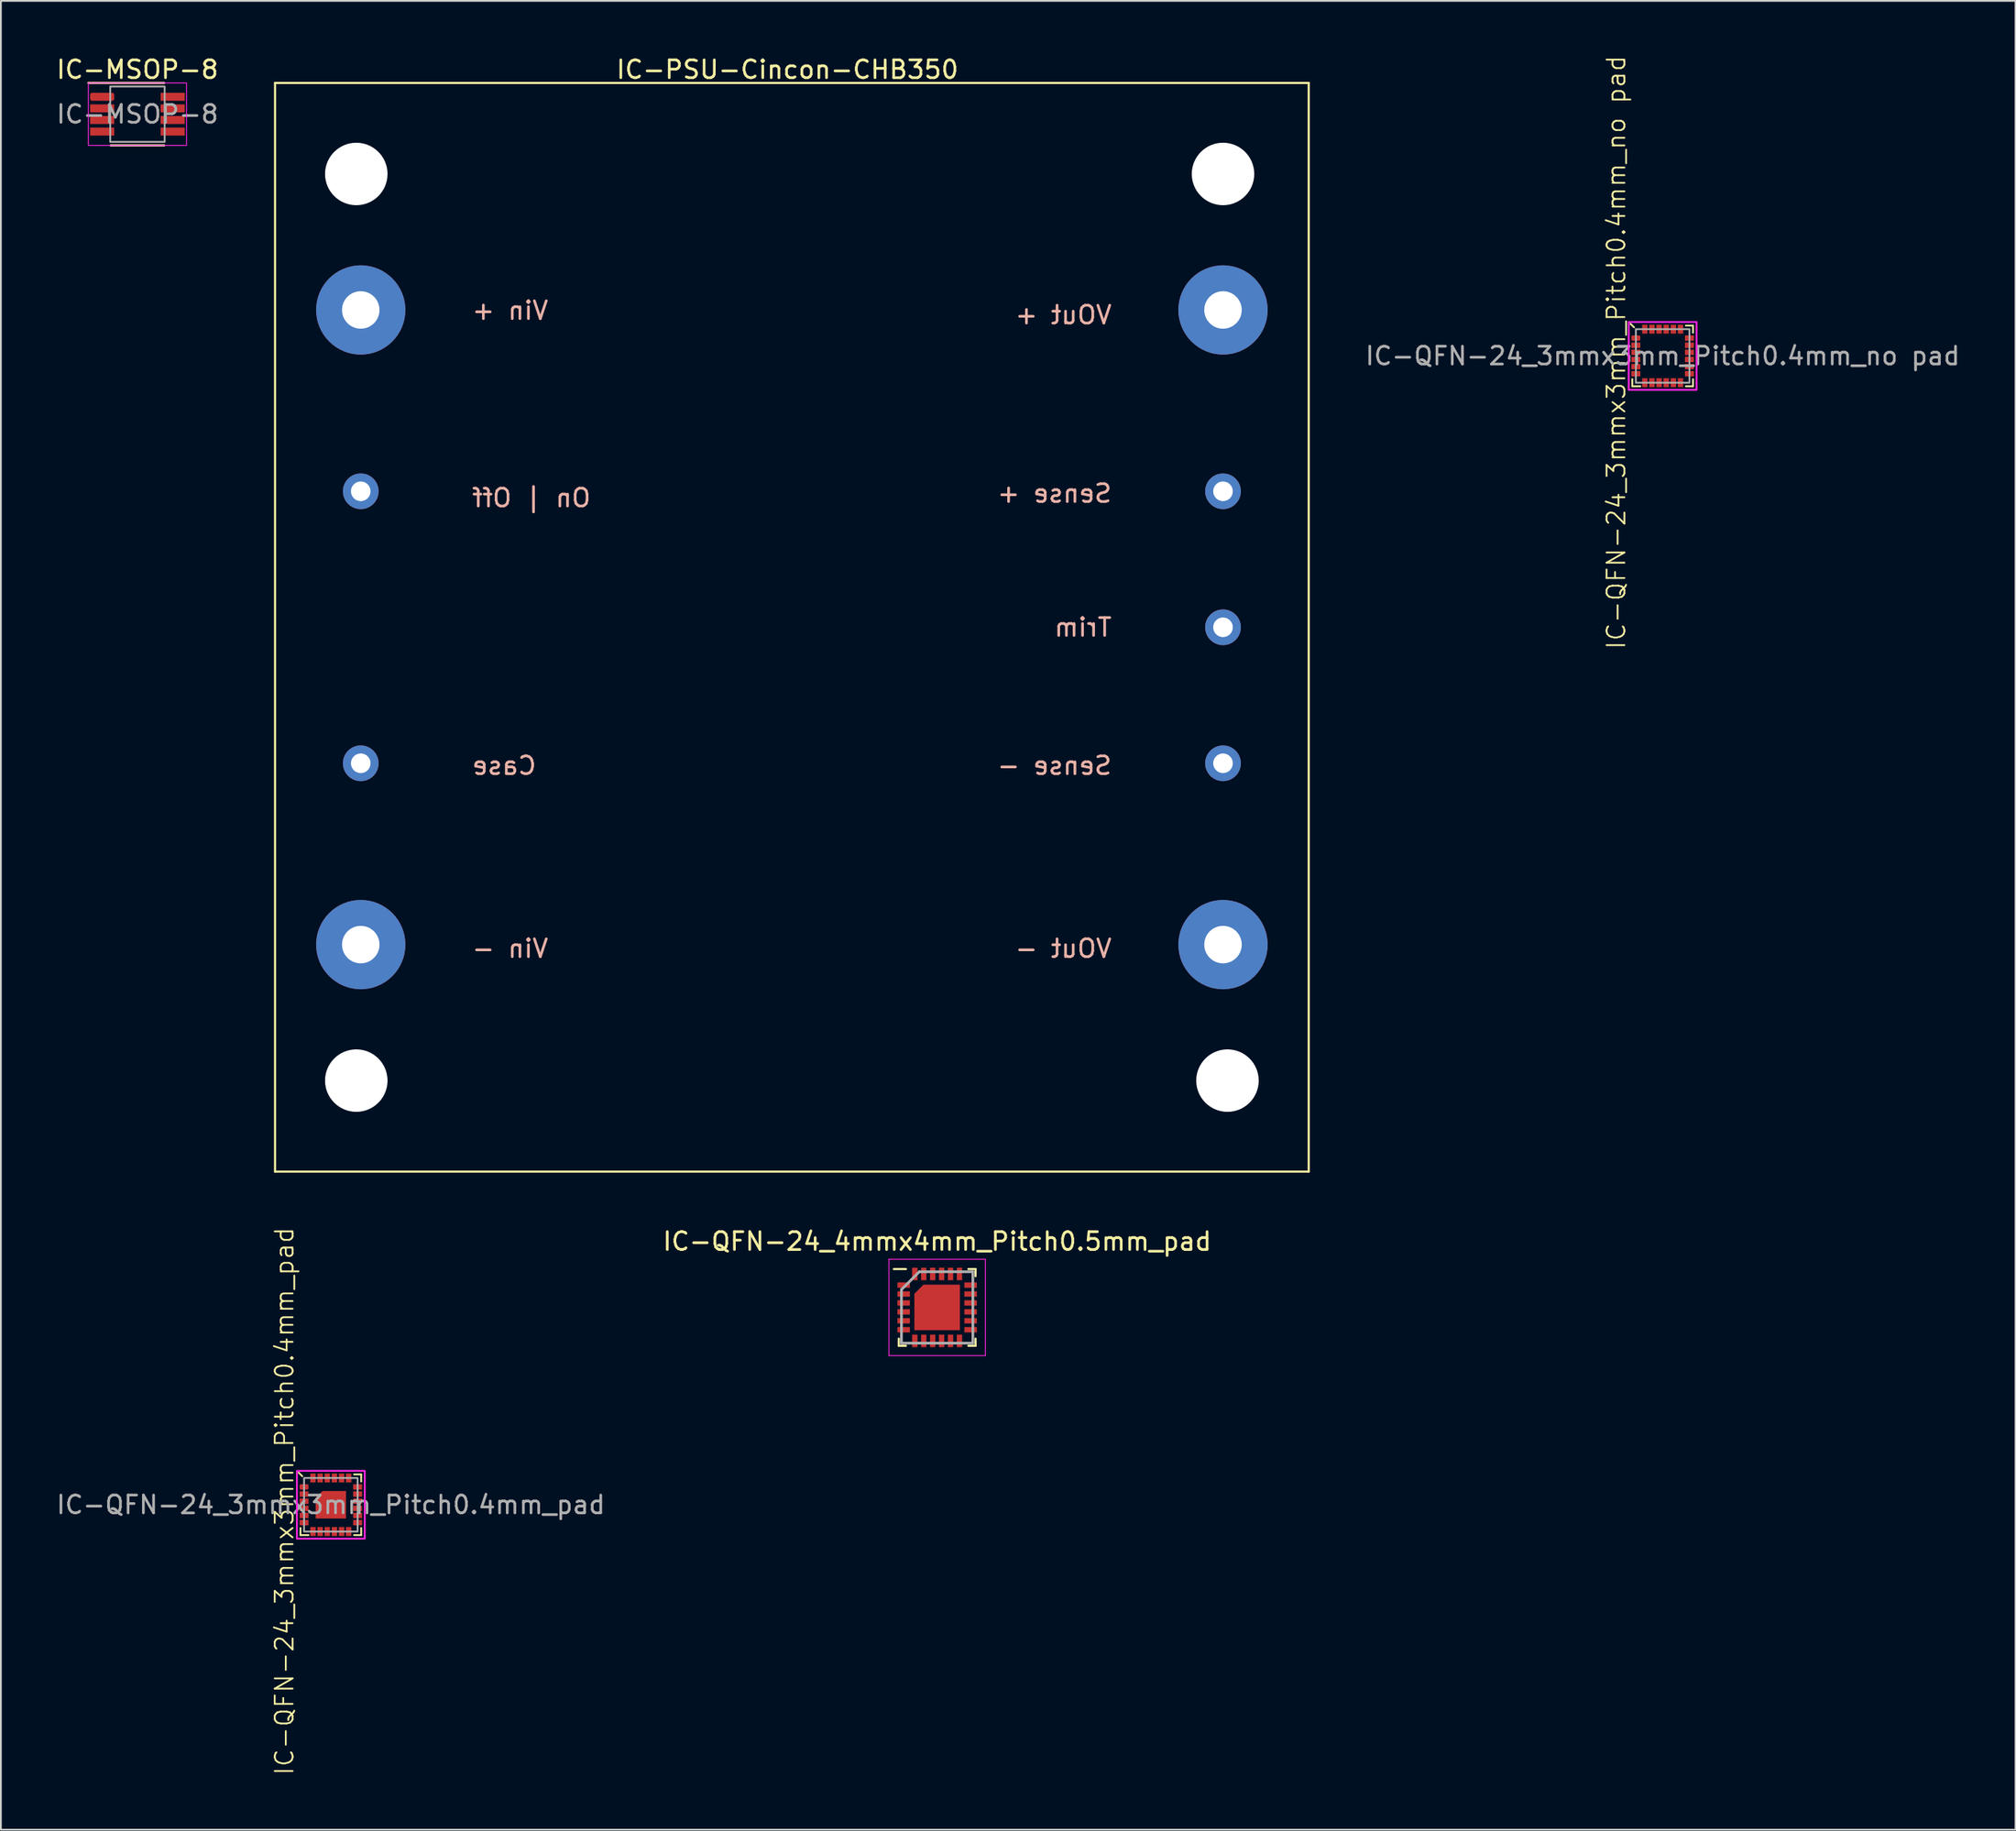
<source format=kicad_pcb>
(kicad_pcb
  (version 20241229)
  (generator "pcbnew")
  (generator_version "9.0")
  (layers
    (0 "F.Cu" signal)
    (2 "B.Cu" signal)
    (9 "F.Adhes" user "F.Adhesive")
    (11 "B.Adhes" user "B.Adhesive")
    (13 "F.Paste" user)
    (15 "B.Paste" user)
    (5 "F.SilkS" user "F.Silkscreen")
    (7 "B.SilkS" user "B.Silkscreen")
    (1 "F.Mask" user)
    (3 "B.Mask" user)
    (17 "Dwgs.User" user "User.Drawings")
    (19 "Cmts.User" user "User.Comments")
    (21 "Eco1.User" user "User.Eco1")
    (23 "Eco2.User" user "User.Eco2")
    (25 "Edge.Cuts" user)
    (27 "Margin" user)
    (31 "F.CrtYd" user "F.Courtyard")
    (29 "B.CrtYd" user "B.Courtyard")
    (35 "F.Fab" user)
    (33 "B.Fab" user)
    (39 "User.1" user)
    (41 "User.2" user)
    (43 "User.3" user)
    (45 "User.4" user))
  (footprint "IC-MSOP-8"
    (layer "F.Cu")
    (at 4.649 3.348)
    (property "Reference" "IC-MSOP-8" (at 0 -2.5 0) (unlocked yes) (layer "F.SilkS") (effects (font (size 1 1) (thickness 0.15))))
    (attr smd)
    (fp_line (start 1.5 -1.75) (end -2.75 -1.75) (stroke (width 0.12) (type solid)) (layer "F.SilkS"))
    (fp_line (start 1.5 1.75) (end -1.5 1.75) (stroke (width 0.12) (type solid)) (layer "F.SilkS"))
    (fp_rect (start -2.75 -1.75) (end 2.75 1.75) (stroke (width 0.05) (type solid)) (fill no) (layer "F.CrtYd"))
    (fp_rect (start -1.525 -1.55) (end 1.525 1.55) (stroke (width 0.1) (type solid)) (fill no) (layer "F.Fab"))
    (fp_text user "${REFERENCE}" (at 0 0 0) (unlocked yes) (layer "F.Fab") (effects (font (size 1 1) (thickness 0.15))))
    (pad "1" smd roundrect (at -1.975 -0.975) (size 1.35 0.45) (layers "F.Cu" "F.Mask" "F.Paste") (roundrect_rratio 0.25))
    (pad "2" smd rect (at -1.975 -0.325) (size 1.35 0.45) (layers "F.Cu" "F.Mask" "F.Paste"))
    (pad "3" smd rect (at -1.975 0.325) (size 1.35 0.45) (layers "F.Cu" "F.Mask" "F.Paste"))
    (pad "4" smd rect (at -1.975 0.975) (size 1.35 0.45) (layers "F.Cu" "F.Mask" "F.Paste"))
    (pad "5" smd rect (at 1.975 0.975) (size 1.35 0.45) (layers "F.Cu" "F.Mask" "F.Paste"))
    (pad "6" smd rect (at 1.975 0.325) (size 1.35 0.45) (layers "F.Cu" "F.Mask" "F.Paste"))
    (pad "7" smd rect (at 1.975 -0.325) (size 1.35 0.45) (layers "F.Cu" "F.Mask" "F.Paste"))
    (pad "8" smd rect (at 1.975 -0.975) (size 1.35 0.45) (layers "F.Cu" "F.Mask" "F.Paste")))
  (footprint "IC-QFN-24_3mmx3mm_Pitch0.4mm_pad"
    (layer "F.Cu")
    (at 15.482 81.265)
    (property "Reference" "IC-QFN-24_3mmx3mm_Pitch0.4mm_pad" (at -2.6 -0.2 90) (unlocked yes) (layer "F.SilkS") (effects (font (size 1 1) (thickness 0.1))))
    (attr smd)
    (fp_line (start -1.7 1.7) (end -1.7 1.3) (stroke (width 0.1) (type default)) (layer "F.SilkS"))
    (fp_line (start -1.6 -1.6) (end -1.8 -1.8) (stroke (width 0.1) (type default)) (layer "F.SilkS"))
    (fp_line (start -1.25 1.7) (end -1.7 1.7) (stroke (width 0.1) (type default)) (layer "F.SilkS"))
    (fp_line (start 1.3 -1.7) (end 1.7 -1.7) (stroke (width 0.1) (type default)) (layer "F.SilkS"))
    (fp_line (start 1.7 -1.7) (end 1.7 -1.3) (stroke (width 0.1) (type default)) (layer "F.SilkS"))
    (fp_line (start 1.7 1.3) (end 1.7 1.7) (stroke (width 0.1) (type default)) (layer "F.SilkS"))
    (fp_line (start 1.7 1.7) (end 1.3 1.7) (stroke (width 0.1) (type default)) (layer "F.SilkS"))
    (fp_rect (start -1.9 -1.9) (end 1.9 1.9) (stroke (width 0.1) (type solid)) (fill no) (layer "F.CrtYd"))
    (fp_rect (start -1.5 -1.5) (end 1.5 1.5) (stroke (width 0.1) (type default)) (fill no) (layer "F.Fab"))
    (fp_text user "${REFERENCE}" (at 0 0 0) (unlocked yes) (layer "F.Fab") (effects (font (size 1 1) (thickness 0.15))))
    (pad "1" smd roundrect (at -1.5 -1 90) (size 0.3 0.5) (layers "F.Cu" "F.Mask" "F.Paste") (roundrect_rratio 0.25))
    (pad "2" smd rect (at -1.5 -0.6 90) (size 0.3 0.5) (layers "F.Cu" "F.Mask" "F.Paste"))
    (pad "3" smd rect (at -1.5 -0.2 90) (size 0.3 0.5) (layers "F.Cu" "F.Mask" "F.Paste"))
    (pad "4" smd rect (at -1.5 0.2 90) (size 0.3 0.5) (layers "F.Cu" "F.Mask" "F.Paste"))
    (pad "5" smd rect (at -1.5 0.6 90) (size 0.3 0.5) (layers "F.Cu" "F.Mask" "F.Paste"))
    (pad "6" smd rect (at -1.5 1 90) (size 0.3 0.5) (layers "F.Cu" "F.Mask" "F.Paste"))
    (pad "7" smd rect (at -1 1.5) (size 0.3 0.5) (layers "F.Cu" "F.Mask" "F.Paste"))
    (pad "8" smd rect (at -0.6 1.5) (size 0.3 0.5) (layers "F.Cu" "F.Mask" "F.Paste"))
    (pad "9" smd rect (at -0.2 1.5) (size 0.3 0.5) (layers "F.Cu" "F.Mask" "F.Paste"))
    (pad "10" smd rect (at 0.2 1.5) (size 0.3 0.5) (layers "F.Cu" "F.Mask" "F.Paste"))
    (pad "11" smd rect (at 0.6 1.5) (size 0.3 0.5) (layers "F.Cu" "F.Mask" "F.Paste"))
    (pad "12" smd rect (at 1 1.5) (size 0.3 0.5) (layers "F.Cu" "F.Mask" "F.Paste"))
    (pad "13" smd rect (at 1.5 1 270) (size 0.3 0.5) (layers "F.Cu" "F.Mask" "F.Paste"))
    (pad "14" smd rect (at 1.5 0.6 270) (size 0.3 0.5) (layers "F.Cu" "F.Mask" "F.Paste"))
    (pad "15" smd rect (at 1.5 0.2 270) (size 0.3 0.5) (layers "F.Cu" "F.Mask" "F.Paste"))
    (pad "16" smd rect (at 1.5 -0.2 270) (size 0.3 0.5) (layers "F.Cu" "F.Mask" "F.Paste"))
    (pad "17" smd rect (at 1.5 -0.6 270) (size 0.3 0.5) (layers "F.Cu" "F.Mask" "F.Paste"))
    (pad "18" smd rect (at 1.5 -1 270) (size 0.3 0.5) (layers "F.Cu" "F.Mask" "F.Paste"))
    (pad "19" smd rect (at 1 -1.5) (size 0.3 0.5) (layers "F.Cu" "F.Mask" "F.Paste"))
    (pad "20" smd rect (at 0.6 -1.5) (size 0.3 0.5) (layers "F.Cu" "F.Mask" "F.Paste"))
    (pad "21" smd rect (at 0.2 -1.5) (size 0.3 0.5) (layers "F.Cu" "F.Mask" "F.Paste"))
    (pad "22" smd rect (at -0.2 -1.5) (size 0.3 0.5) (layers "F.Cu" "F.Mask" "F.Paste"))
    (pad "23" smd rect (at -0.6 -1.5) (size 0.3 0.5) (layers "F.Cu" "F.Mask" "F.Paste"))
    (pad "24" smd rect (at -1 -1.5) (size 0.3 0.5) (layers "F.Cu" "F.Mask" "F.Paste"))
    (pad "EPAD" smd roundrect (at 0 0) (size 1.7 1.54) (layers "F.Cu" "F.Mask" "F.Paste") (roundrect_rratio 0) (chamfer_ratio 0.25) (chamfer top_left)))
  (footprint "IC-QFN-24_4mmx4mm_Pitch0.5mm_pad"
    (layer "F.Cu")
    (at 49.446 70.207)
    (property "Reference" "IC-QFN-24_4mmx4mm_Pitch0.5mm_pad" (at 0 -3.7 0) (layer "F.SilkS") (effects (font (size 1 1) (thickness 0.15))))
    (attr through_hole)
    (fp_line (start -2.15 2.15) (end -2.15 1.75) (stroke (width 0.12) (type solid)) (layer "F.SilkS"))
    (fp_line (start -1.75 -2.15) (end -2.425 -2.15) (stroke (width 0.12) (type solid)) (layer "F.SilkS"))
    (fp_line (start -1.75 2.15) (end -2.15 2.15) (stroke (width 0.12) (type solid)) (layer "F.SilkS"))
    (fp_line (start 1.75 -2.15) (end 2.15 -2.15) (stroke (width 0.12) (type solid)) (layer "F.SilkS"))
    (fp_line (start 1.75 2.15) (end 2.15 2.15) (stroke (width 0.12) (type solid)) (layer "F.SilkS"))
    (fp_line (start 2.15 -2.15) (end 2.15 -1.75) (stroke (width 0.12) (type solid)) (layer "F.SilkS"))
    (fp_line (start 2.15 2.15) (end 2.15 1.75) (stroke (width 0.12) (type solid)) (layer "F.SilkS"))
    (fp_line (start -2.7 -2.7) (end 2.7 -2.7) (stroke (width 0.05) (type solid)) (layer "F.CrtYd"))
    (fp_line (start -2.7 2.7) (end -2.7 -2.7) (stroke (width 0.05) (type solid)) (layer "F.CrtYd"))
    (fp_line (start 2.7 -2.7) (end 2.7 2.7) (stroke (width 0.05) (type solid)) (layer "F.CrtYd"))
    (fp_line (start 2.7 2.7) (end -2.7 2.7) (stroke (width 0.05) (type solid)) (layer "F.CrtYd"))
    (fp_line (start -2 -1) (end -2 2) (stroke (width 0.15) (type solid)) (layer "F.Fab"))
    (fp_line (start -2 2) (end 2 2) (stroke (width 0.15) (type solid)) (layer "F.Fab"))
    (fp_line (start -1 -2) (end -2 -1) (stroke (width 0.15) (type solid)) (layer "F.Fab"))
    (fp_line (start 2 -2) (end -1 -2) (stroke (width 0.15) (type solid)) (layer "F.Fab"))
    (fp_line (start 2 2) (end 2 -2) (stroke (width 0.15) (type solid)) (layer "F.Fab"))
    (pad "1" smd rect (at -1.875 -1.25 90) (size 0.3 0.7) (layers "F.Cu" "F.Mask" "F.Paste"))
    (pad "2" smd rect (at -1.875 -0.75 90) (size 0.3 0.7) (layers "F.Cu" "F.Mask" "F.Paste"))
    (pad "3" smd rect (at -1.875 -0.25 90) (size 0.3 0.7) (layers "F.Cu" "F.Mask" "F.Paste"))
    (pad "4" smd rect (at -1.875 0.25 90) (size 0.3 0.7) (layers "F.Cu" "F.Mask" "F.Paste"))
    (pad "5" smd rect (at -1.875 0.75 90) (size 0.3 0.7) (layers "F.Cu" "F.Mask" "F.Paste"))
    (pad "6" smd rect (at -1.875 1.25 90) (size 0.3 0.7) (layers "F.Cu" "F.Mask" "F.Paste"))
    (pad "7" smd rect (at -1.25 1.875) (size 0.3 0.7) (layers "F.Cu" "F.Mask" "F.Paste"))
    (pad "8" smd rect (at -0.75 1.875) (size 0.3 0.7) (layers "F.Cu" "F.Mask" "F.Paste"))
    (pad "9" smd rect (at -0.25 1.875) (size 0.3 0.7) (layers "F.Cu" "F.Mask" "F.Paste"))
    (pad "10" smd rect (at 0.25 1.875) (size 0.3 0.7) (layers "F.Cu" "F.Mask" "F.Paste"))
    (pad "11" smd rect (at 0.75 1.875) (size 0.3 0.7) (layers "F.Cu" "F.Mask" "F.Paste"))
    (pad "12" smd rect (at 1.25 1.875) (size 0.3 0.7) (layers "F.Cu" "F.Mask" "F.Paste"))
    (pad "13" smd rect (at 1.875 1.25 90) (size 0.3 0.7) (layers "F.Cu" "F.Mask" "F.Paste"))
    (pad "14" smd rect (at 1.875 0.75 90) (size 0.3 0.7) (layers "F.Cu" "F.Mask" "F.Paste"))
    (pad "15" smd rect (at 1.875 0.25 90) (size 0.3 0.7) (layers "F.Cu" "F.Mask" "F.Paste"))
    (pad "16" smd rect (at 1.875 -0.25 90) (size 0.3 0.7) (layers "F.Cu" "F.Mask" "F.Paste"))
    (pad "17" smd rect (at 1.875 -0.75 90) (size 0.3 0.7) (layers "F.Cu" "F.Mask" "F.Paste"))
    (pad "18" smd rect (at 1.875 -1.25 90) (size 0.3 0.7) (layers "F.Cu" "F.Mask" "F.Paste"))
    (pad "19" smd rect (at 1.25 -1.875) (size 0.3 0.7) (layers "F.Cu" "F.Mask" "F.Paste"))
    (pad "20" smd rect (at 0.75 -1.875) (size 0.3 0.7) (layers "F.Cu" "F.Mask" "F.Paste"))
    (pad "21" smd rect (at 0.25 -1.875) (size 0.3 0.7) (layers "F.Cu" "F.Mask" "F.Paste"))
    (pad "22" smd rect (at -0.25 -1.875) (size 0.3 0.7) (layers "F.Cu" "F.Mask" "F.Paste"))
    (pad "23" smd rect (at -0.75 -1.875) (size 0.3 0.7) (layers "F.Cu" "F.Mask" "F.Paste"))
    (pad "24" smd rect (at -1.25 -1.875) (size 0.3 0.7) (layers "F.Cu" "F.Mask" "F.Paste"))
    (pad "PAD" smd roundrect (at 0 0) (size 2.55 2.55) (layers "F.Cu" "F.Mask" "F.Paste") (roundrect_rratio 0) (chamfer_ratio 0.2) (chamfer top_left)))
  (footprint "IC-PSU-Cincon-CHB350"
    (layer "F.Cu")
    (at 41.308 32.098)
    (property "Reference" "IC-PSU-Cincon-CHB350" (at -0.25 -31.25 0) (layer "F.SilkS") (effects (font (size 1 1) (thickness 0.15))))
    (attr through_hole)
    (fp_line (start -28.95 -30.5) (end 28.95 -30.5) (stroke (width 0.12) (type solid)) (layer "F.SilkS"))
    (fp_line (start -28.95 30.5) (end -28.95 -30.5) (stroke (width 0.12) (type solid)) (layer "F.SilkS"))
    (fp_line (start 28.95 -30.5) (end 28.95 30.5) (stroke (width 0.12) (type solid)) (layer "F.SilkS"))
    (fp_line (start 28.95 30.5) (end -28.95 30.5) (stroke (width 0.12) (type solid)) (layer "F.SilkS"))
    (fp_text user "Sense -" (at 18 7.75 0) (layer "B.SilkS") (effects (font (size 1 1) (thickness 0.15)) (justify left mirror)))
    (fp_text user "Sense +" (at 18 -7.5 0) (layer "B.SilkS") (effects (font (size 1 1) (thickness 0.15)) (justify left mirror)))
    (fp_text user "On | Off" (at -18 -7.25 0) (layer "B.SilkS") (effects (font (size 1 1) (thickness 0.15)) (justify right mirror)))
    (fp_text user "Case" (at -18 7.75 0) (layer "B.SilkS") (effects (font (size 1 1) (thickness 0.15)) (justify right mirror)))
    (fp_text user "VOut -" (at 18 18 0) (layer "B.SilkS") (effects (font (size 1 1) (thickness 0.15)) (justify left mirror)))
    (fp_text user "Vin -" (at -18 18 0) (layer "B.SilkS") (effects (font (size 1 1) (thickness 0.15)) (justify right mirror)))
    (fp_text user "VOut +" (at 18 -17.5 0) (layer "B.SilkS") (effects (font (size 1 1) (thickness 0.15)) (justify left mirror)))
    (fp_text user "Vin +" (at -18 -17.75 0) (layer "B.SilkS") (effects (font (size 1 1) (thickness 0.15)) (justify right mirror)))
    (fp_text user "Trim" (at 18 0 0) (layer "B.SilkS") (effects (font (size 1 1) (thickness 0.15)) (justify left mirror)))
    (pad "" np_thru_hole circle (at -24.4 -25.4) (size 3.5 3.5) (drill 3.5) (layers "*.Cu" "*.Mask"))
    (pad "" np_thru_hole circle (at -24.4 25.4) (size 3.5 3.5) (drill 3.5) (layers "*.Cu" "*.Mask"))
    (pad "" np_thru_hole circle (at 24.15 -25.4) (size 3.5 3.5) (drill 3.5) (layers "*.Cu" "*.Mask"))
    (pad "" np_thru_hole circle (at 24.4 25.4) (size 3.5 3.5) (drill 3.5) (layers "*.Cu" "*.Mask"))
    (pad "1" thru_hole circle (at -24.15 -17.78) (size 5 5) (drill 2.1) (layers "*.Cu" "*.Mask"))
    (pad "2" thru_hole circle (at -24.15 -7.62) (size 2 2) (drill 1.1) (layers "*.Cu" "*.Mask"))
    (pad "3" thru_hole circle (at -24.15 7.62) (size 2 2) (drill 1.1) (layers "*.Cu" "*.Mask"))
    (pad "4" thru_hole circle (at -24.15 17.78) (size 5 5) (drill 2.1) (layers "*.Cu" "*.Mask"))
    (pad "5" thru_hole circle (at 24.15 17.78) (size 5 5) (drill 2.1) (layers "*.Cu" "*.Mask"))
    (pad "6" thru_hole circle (at 24.15 7.62) (size 2 2) (drill 1.1) (layers "*.Cu" "*.Mask"))
    (pad "7" thru_hole circle (at 24.15 0) (size 2 2) (drill 1.1) (layers "*.Cu" "*.Mask"))
    (pad "8" thru_hole circle (at 24.15 -7.62) (size 2 2) (drill 1.1) (layers "*.Cu" "*.Mask"))
    (pad "9" thru_hole circle (at 24.15 -17.78) (size 5 5) (drill 2.1) (layers "*.Cu" "*.Mask")))
  (footprint "IC-QFN-24_3mmx3mm_Pitch0.4mm_no pad"
    (layer "F.Cu")
    (at 90.085 16.893)
    (property "Reference" "IC-QFN-24_3mmx3mm_Pitch0.4mm_no pad" (at -2.6 -0.2 90) (unlocked yes) (layer "F.SilkS") (effects (font (size 1 1) (thickness 0.1))))
    (attr smd)
    (fp_line (start -1.7 1.7) (end -1.7 1.3) (stroke (width 0.1) (type default)) (layer "F.SilkS"))
    (fp_line (start -1.6 -1.6) (end -1.8 -1.8) (stroke (width 0.1) (type default)) (layer "F.SilkS"))
    (fp_line (start -1.25 1.7) (end -1.7 1.7) (stroke (width 0.1) (type default)) (layer "F.SilkS"))
    (fp_line (start 1.3 -1.7) (end 1.7 -1.7) (stroke (width 0.1) (type default)) (layer "F.SilkS"))
    (fp_line (start 1.7 -1.7) (end 1.7 -1.3) (stroke (width 0.1) (type default)) (layer "F.SilkS"))
    (fp_line (start 1.7 1.3) (end 1.7 1.7) (stroke (width 0.1) (type default)) (layer "F.SilkS"))
    (fp_line (start 1.7 1.7) (end 1.3 1.7) (stroke (width 0.1) (type default)) (layer "F.SilkS"))
    (fp_rect (start -1.9 -1.9) (end 1.9 1.9) (stroke (width 0.1) (type solid)) (fill no) (layer "F.CrtYd"))
    (fp_rect (start -1.5 -1.5) (end 1.5 1.5) (stroke (width 0.1) (type default)) (fill no) (layer "F.Fab"))
    (fp_text user "${REFERENCE}" (at 0 0 0) (unlocked yes) (layer "F.Fab") (effects (font (size 1 1) (thickness 0.15))))
    (pad "1" smd roundrect (at -1.5 -1 90) (size 0.3 0.5) (layers "F.Cu" "F.Mask" "F.Paste") (roundrect_rratio 0.25))
    (pad "2" smd rect (at -1.5 -0.6 90) (size 0.3 0.5) (layers "F.Cu" "F.Mask" "F.Paste"))
    (pad "3" smd rect (at -1.5 -0.2 90) (size 0.3 0.5) (layers "F.Cu" "F.Mask" "F.Paste"))
    (pad "4" smd rect (at -1.5 0.2 90) (size 0.3 0.5) (layers "F.Cu" "F.Mask" "F.Paste"))
    (pad "5" smd rect (at -1.5 0.6 90) (size 0.3 0.5) (layers "F.Cu" "F.Mask" "F.Paste"))
    (pad "6" smd rect (at -1.5 1 90) (size 0.3 0.5) (layers "F.Cu" "F.Mask" "F.Paste"))
    (pad "7" smd rect (at -1 1.5) (size 0.3 0.5) (layers "F.Cu" "F.Mask" "F.Paste"))
    (pad "8" smd rect (at -0.6 1.5) (size 0.3 0.5) (layers "F.Cu" "F.Mask" "F.Paste"))
    (pad "9" smd rect (at -0.2 1.5) (size 0.3 0.5) (layers "F.Cu" "F.Mask" "F.Paste"))
    (pad "10" smd rect (at 0.2 1.5) (size 0.3 0.5) (layers "F.Cu" "F.Mask" "F.Paste"))
    (pad "11" smd rect (at 0.6 1.5) (size 0.3 0.5) (layers "F.Cu" "F.Mask" "F.Paste"))
    (pad "12" smd rect (at 1 1.5) (size 0.3 0.5) (layers "F.Cu" "F.Mask" "F.Paste"))
    (pad "13" smd rect (at 1.5 1 270) (size 0.3 0.5) (layers "F.Cu" "F.Mask" "F.Paste"))
    (pad "14" smd rect (at 1.5 0.6 270) (size 0.3 0.5) (layers "F.Cu" "F.Mask" "F.Paste"))
    (pad "15" smd rect (at 1.5 0.2 270) (size 0.3 0.5) (layers "F.Cu" "F.Mask" "F.Paste"))
    (pad "16" smd rect (at 1.5 -0.2 270) (size 0.3 0.5) (layers "F.Cu" "F.Mask" "F.Paste"))
    (pad "17" smd rect (at 1.5 -0.6 270) (size 0.3 0.5) (layers "F.Cu" "F.Mask" "F.Paste"))
    (pad "18" smd rect (at 1.5 -1 270) (size 0.3 0.5) (layers "F.Cu" "F.Mask" "F.Paste"))
    (pad "19" smd rect (at 1 -1.5) (size 0.3 0.5) (layers "F.Cu" "F.Mask" "F.Paste"))
    (pad "20" smd rect (at 0.6 -1.5) (size 0.3 0.5) (layers "F.Cu" "F.Mask" "F.Paste"))
    (pad "21" smd rect (at 0.2 -1.5) (size 0.3 0.5) (layers "F.Cu" "F.Mask" "F.Paste"))
    (pad "22" smd rect (at -0.2 -1.5) (size 0.3 0.5) (layers "F.Cu" "F.Mask" "F.Paste"))
    (pad "23" smd rect (at -0.6 -1.5) (size 0.3 0.5) (layers "F.Cu" "F.Mask" "F.Paste"))
    (pad "24" smd rect (at -1 -1.5) (size 0.3 0.5) (layers "F.Cu" "F.Mask" "F.Paste")))
  (gr_rect
    (start -3 -3)
    (end 109.853 99.473)
    (stroke (width 0.1) (type default))
    (fill no)
    (layer "Edge.Cuts")))
</source>
